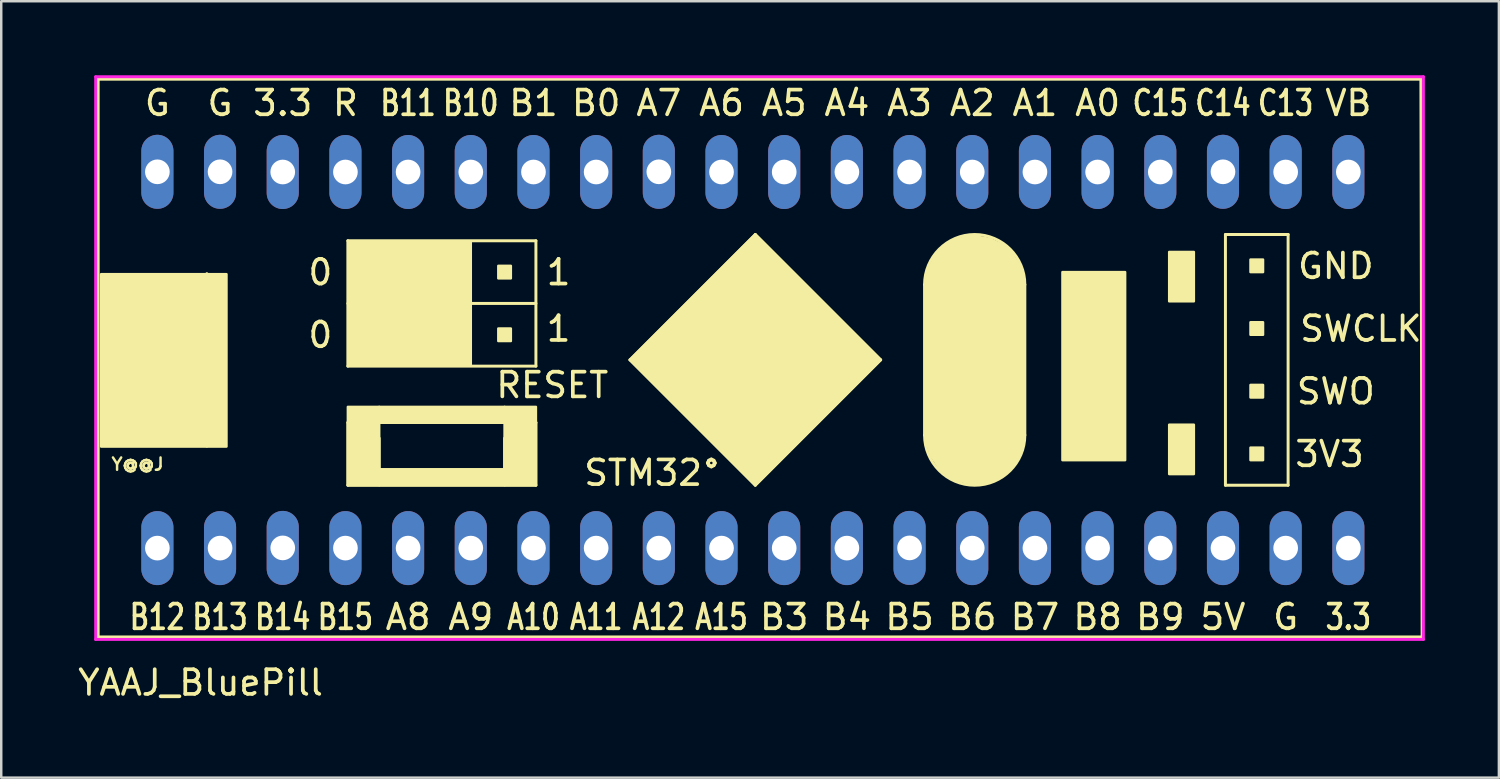
<source format=kicad_pcb>
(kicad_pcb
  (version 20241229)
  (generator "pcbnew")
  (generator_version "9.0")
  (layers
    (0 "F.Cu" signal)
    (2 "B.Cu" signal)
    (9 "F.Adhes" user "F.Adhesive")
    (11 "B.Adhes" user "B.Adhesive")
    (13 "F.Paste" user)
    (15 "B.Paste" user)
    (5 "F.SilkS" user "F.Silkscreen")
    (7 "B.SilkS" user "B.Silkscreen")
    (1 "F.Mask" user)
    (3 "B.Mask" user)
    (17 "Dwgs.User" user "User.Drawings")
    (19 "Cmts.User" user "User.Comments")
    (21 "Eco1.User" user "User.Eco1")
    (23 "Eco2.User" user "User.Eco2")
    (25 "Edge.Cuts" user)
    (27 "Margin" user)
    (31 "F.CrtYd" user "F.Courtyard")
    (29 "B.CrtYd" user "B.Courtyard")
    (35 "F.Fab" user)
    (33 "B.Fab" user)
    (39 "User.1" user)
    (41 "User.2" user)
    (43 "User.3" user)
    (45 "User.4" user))
  (footprint "YAAJ_BluePill"
    (layer "F.Cu")
    (at 3.327 19.16)
    (property "Reference" "YAAJ_BluePill" (at 1.75 5.453 180) (layer "F.SilkS") (effects (font (size 1 1) (thickness 0.15))))
    (attr through_hole)
    (fp_line (start -2.4 -19) (end 51.2 -19) (stroke (width 0.12) (type solid)) (layer "F.SilkS"))
    (fp_line (start -2.4 3.6) (end -2.4 -19) (stroke (width 0.12) (type solid)) (layer "F.SilkS"))
    (fp_line (start 2.004 -4.135) (end 2.004 -11.12) (stroke (width 0.12) (type solid)) (layer "F.SilkS"))
    (fp_line (start 7.719 -12.454) (end 7.719 -7.374) (stroke (width 0.12) (type solid)) (layer "F.SilkS"))
    (fp_line (start 7.719 -9.914) (end 15.339 -9.914) (stroke (width 0.12) (type solid)) (layer "F.SilkS"))
    (fp_line (start 7.719 -7.374) (end 15.339 -7.374) (stroke (width 0.12) (type solid)) (layer "F.SilkS"))
    (fp_line (start 7.719 -5.088) (end 15.339 -5.088) (stroke (width 0.12) (type solid)) (layer "F.SilkS"))
    (fp_line (start 7.719 -2.548) (end 7.719 -5.088) (stroke (width 0.12) (type solid)) (layer "F.SilkS"))
    (fp_line (start 8.989 -3.183) (end 8.989 -4.453) (stroke (width 0.12) (type solid)) (layer "F.SilkS"))
    (fp_line (start 14.069 -4.453) (end 14.069 -3.183) (stroke (width 0.12) (type solid)) (layer "F.SilkS"))
    (fp_line (start 14.069 -3.183) (end 8.989 -3.183) (stroke (width 0.12) (type solid)) (layer "F.SilkS"))
    (fp_line (start 15.339 -12.454) (end 7.719 -12.454) (stroke (width 0.12) (type solid)) (layer "F.SilkS"))
    (fp_line (start 15.339 -7.374) (end 15.339 -12.454) (stroke (width 0.12) (type solid)) (layer "F.SilkS"))
    (fp_line (start 15.339 -5.088) (end 15.339 -2.548) (stroke (width 0.12) (type solid)) (layer "F.SilkS"))
    (fp_line (start 15.339 -2.548) (end 7.719 -2.548) (stroke (width 0.12) (type solid)) (layer "F.SilkS"))
    (fp_line (start 19.149 -7.628) (end 24.229 -12.708) (stroke (width 0.12) (type solid)) (layer "F.SilkS"))
    (fp_line (start 24.229 -12.708) (end 29.309 -7.628) (stroke (width 0.12) (type solid)) (layer "F.SilkS"))
    (fp_line (start 24.229 -2.548) (end 19.149 -7.628) (stroke (width 0.12) (type solid)) (layer "F.SilkS"))
    (fp_line (start 29.309 -7.628) (end 24.229 -2.548) (stroke (width 0.12) (type solid)) (layer "F.SilkS"))
    (fp_line (start 31.087 -4.58) (end 31.087 -10.676) (stroke (width 0.12) (type solid)) (layer "F.SilkS"))
    (fp_line (start 35.151 -4.58) (end 35.151 -10.676) (stroke (width 0.12) (type solid)) (layer "F.SilkS"))
    (fp_line (start 43.279 -12.708) (end 43.279 -2.548) (stroke (width 0.12) (type solid)) (layer "F.SilkS"))
    (fp_line (start 43.279 -2.548) (end 45.819 -2.548) (stroke (width 0.12) (type solid)) (layer "F.SilkS"))
    (fp_line (start 45.819 -12.708) (end 43.279 -12.708) (stroke (width 0.12) (type solid)) (layer "F.SilkS"))
    (fp_line (start 45.819 -2.548) (end 45.819 -12.708) (stroke (width 0.12) (type solid)) (layer "F.SilkS"))
    (fp_line (start 51.2 -19) (end 51.25 3.6) (stroke (width 0.12) (type solid)) (layer "F.SilkS"))
    (fp_line (start 51.25 3.6) (end -2.4 3.6) (stroke (width 0.12) (type solid)) (layer "F.SilkS"))
    (fp_arc (start 31.08706 -10.67562) (mid 33.11906 -12.70762) (end 35.15106 -10.67562) (stroke (width 0.12) (type solid)) (layer "F.SilkS"))
    (fp_arc (start 35.15106 -4.57962) (mid 33.11906 -2.54762) (end 31.08706 -4.57962) (stroke (width 0.12) (type solid)) (layer "F.SilkS"))
    (fp_poly (pts (xy -2.28 -4.115) (xy 2.8 -4.115) (xy 2.8 -11.1) (xy -2.28 -11.1)) (stroke (width 0.1) (type solid)) (fill yes) (layer "F.SilkS"))
    (fp_poly (pts (xy 7.719 -2.548) (xy 7.719 -5.723) (xy 8.989 -5.723) (xy 8.989 -2.548)) (stroke (width 0.1) (type solid)) (fill yes) (layer "F.SilkS"))
    (fp_poly (pts (xy 7.8 -12.4) (xy 12.7 -12.4) (xy 12.7 -7.4) (xy 7.8 -7.4)) (stroke (width 0.1) (type solid)) (fill yes) (layer "F.SilkS"))
    (fp_poly (pts (xy 8.735 -10.93) (xy 9.243 -10.93) (xy 9.243 -11.438) (xy 8.735 -11.438)) (stroke (width 0.1) (type solid)) (fill yes) (layer "F.SilkS"))
    (fp_poly (pts (xy 8.735 -8.39) (xy 8.735 -8.898) (xy 9.243 -8.898) (xy 9.243 -8.39)) (stroke (width 0.1) (type solid)) (fill yes) (layer "F.SilkS"))
    (fp_poly (pts (xy 8.989 -5.088) (xy 8.989 -5.723) (xy 14.069 -5.723) (xy 14.069 -5.088)) (stroke (width 0.1) (type solid)) (fill yes) (layer "F.SilkS"))
    (fp_poly (pts (xy 8.989 -2.548) (xy 8.989 -3.183) (xy 14.069 -3.183) (xy 14.069 -2.548)) (stroke (width 0.1) (type solid)) (fill yes) (layer "F.SilkS"))
    (fp_poly (pts (xy 11.275 -10.93) (xy 11.275 -11.438) (xy 11.783 -11.438) (xy 11.783 -10.93)) (stroke (width 0.1) (type solid)) (fill yes) (layer "F.SilkS"))
    (fp_poly (pts (xy 11.275 -8.39) (xy 11.275 -8.898) (xy 11.783 -8.898) (xy 11.783 -8.39)) (stroke (width 0.1) (type solid)) (fill yes) (layer "F.SilkS"))
    (fp_poly (pts (xy 13.815 -10.93) (xy 13.815 -11.438) (xy 14.323 -11.438) (xy 14.323 -10.93)) (stroke (width 0.1) (type solid)) (fill yes) (layer "F.SilkS"))
    (fp_poly (pts (xy 13.815 -8.39) (xy 14.323 -8.39) (xy 14.323 -8.898) (xy 13.815 -8.898)) (stroke (width 0.1) (type solid)) (fill yes) (layer "F.SilkS"))
    (fp_poly (pts (xy 14.069 -2.548) (xy 14.069 -5.723) (xy 15.339 -5.723) (xy 15.339 -2.548)) (stroke (width 0.1) (type solid)) (fill yes) (layer "F.SilkS"))
    (fp_poly (pts (xy 19.149 -7.628) (xy 24.229 -2.548) (xy 29.309 -7.628) (xy 24.229 -12.708)) (stroke (width 0.1) (type solid)) (fill yes) (layer "F.SilkS"))
    (fp_poly (pts (xy 36.675 -3.564) (xy 36.675 -11.184) (xy 39.215 -11.184) (xy 39.215 -3.564)) (stroke (width 0.1) (type solid)) (fill yes) (layer "F.SilkS"))
    (fp_poly (pts (xy 41 -12) (xy 41 -10) (xy 42 -10) (xy 42 -12)) (stroke (width 0.1) (type solid)) (fill yes) (layer "F.SilkS"))
    (fp_poly (pts (xy 42 -5) (xy 41 -5) (xy 41 -3) (xy 42 -3)) (stroke (width 0.1) (type solid)) (fill yes) (layer "F.SilkS"))
    (fp_poly (pts (xy 44.295 -11.184) (xy 44.803 -11.184) (xy 44.803 -11.692) (xy 44.295 -11.692)) (stroke (width 0.1) (type solid)) (fill yes) (layer "F.SilkS"))
    (fp_poly (pts (xy 44.295 -8.644) (xy 44.803 -8.644) (xy 44.803 -9.152) (xy 44.295 -9.152)) (stroke (width 0.1) (type solid)) (fill yes) (layer "F.SilkS"))
    (fp_poly (pts (xy 44.295 -6.104) (xy 44.803 -6.104) (xy 44.803 -6.612) (xy 44.295 -6.612)) (stroke (width 0.1) (type solid)) (fill yes) (layer "F.SilkS"))
    (fp_poly (pts (xy 44.295 -3.564) (xy 44.803 -3.564) (xy 44.803 -4.072) (xy 44.295 -4.072)) (stroke (width 0.1) (type solid)) (fill yes) (layer "F.SilkS"))
    (fp_poly (pts (xy 31.196 -4.209) (xy 31.35 -3.745) (xy 31.606 -3.362) (xy 31.742 -3.185) (xy 32.057 -2.926) (xy 32.291 -2.799) (xy 32.522 -2.723) (xy 32.827 -2.652) (xy 33.114 -2.598) (xy 33.541 -2.642) (xy 33.891 -2.744) (xy 34.196 -2.936) (xy 34.412 -3.089) (xy 34.638 -3.338) (xy 34.877 -3.627) (xy 34.973 -3.856) (xy 35.019 -4.049) (xy 35.088 -4.514) (xy 35.093 -10.838) (xy 34.966 -11.394) (xy 34.592 -11.979) (xy 34.242 -12.291) (xy 33.726 -12.529) (xy 33.381 -12.592) (xy 33.076 -12.624) (xy 32.743 -12.593) (xy 32.342 -12.484) (xy 32.144 -12.403) (xy 31.92 -12.25) (xy 31.704 -12.029) (xy 31.499 -11.781) (xy 31.255 -11.318) (xy 31.163 -10.843) (xy 31.168 -4.521)) (stroke (width 0.1) (type solid)) (fill yes) (layer "F.SilkS"))
    (fp_line (start -2.5 -19.1) (end -2.5 3.7) (stroke (width 0.12) (type solid)) (layer "F.CrtYd"))
    (fp_line (start -2.5 -19.1) (end 51.3 -19.1) (stroke (width 0.12) (type solid)) (layer "F.CrtYd"))
    (fp_line (start 51.3 -19.1) (end 51.3 3.7) (stroke (width 0.12) (type solid)) (layer "F.CrtYd"))
    (fp_line (start 51.3 3.7) (end -2.5 3.7) (stroke (width 0.12) (type solid)) (layer "F.CrtYd"))
    (fp_text user "R" (at 7.62 -18.034 0) (layer "F.SilkS") (effects (font (size 1 1) (thickness 0.15))))
    (fp_text user "A0" (at 38.1 -18.034 0) (layer "F.SilkS") (effects (font (size 1 1) (thickness 0.15))))
    (fp_text user "0" (at 6.604 -8.636 0) (layer "F.SilkS") (effects (font (size 1 1) (thickness 0.15))))
    (fp_text user "Y@@J" (at -0.8 -3.4 0) (layer "F.SilkS") (effects (font (size 0.5 0.5) (thickness 0.1))))
    (fp_text user "B14" (at 5.08 2.794 0) (layer "F.SilkS") (effects (font (size 1 0.762) (thickness 0.15))))
    (fp_text user "G" (at 2.54 -18.034 0) (layer "F.SilkS") (effects (font (size 1 1) (thickness 0.15))))
    (fp_text user "G" (at 45.72 2.794 0) (layer "F.SilkS") (effects (font (size 1 1) (thickness 0.15))))
    (fp_text user "A9" (at 12.7 2.794 0) (layer "F.SilkS") (effects (font (size 1 1) (thickness 0.15))))
    (fp_text user "B15" (at 7.62 2.794 0) (layer "F.SilkS") (effects (font (size 1 0.762) (thickness 0.15))))
    (fp_text user "B5" (at 30.48 2.794 0) (layer "F.SilkS") (effects (font (size 1 1) (thickness 0.15))))
    (fp_text user "B13" (at 2.54 2.794 0) (layer "F.SilkS") (effects (font (size 1 0.762) (thickness 0.15))))
    (fp_text user "3.3" (at 48.26 2.794 0) (layer "F.SilkS") (effects (font (size 1 0.762) (thickness 0.15))))
    (fp_text user "B12" (at 0 2.794 0) (layer "F.SilkS") (effects (font (size 1 0.762) (thickness 0.15))))
    (fp_text user "B4" (at 27.94 2.794 0) (layer "F.SilkS") (effects (font (size 1 1) (thickness 0.15))))
    (fp_text user "1" (at 16.256 -11.176 0) (layer "F.SilkS") (effects (font (size 1 1) (thickness 0.15))))
    (fp_text user "A8" (at 10.16 2.794 0) (layer "F.SilkS") (effects (font (size 1 1) (thickness 0.15))))
    (fp_text user "A1" (at 35.56 -18.034 0) (layer "F.SilkS") (effects (font (size 1 1) (thickness 0.15))))
    (fp_text user "A10" (at 15.24 2.794 0) (layer "F.SilkS") (effects (font (size 1 0.762) (thickness 0.15))))
    (fp_text user "3V3" (at 47.498 -3.81 0) (layer "F.SilkS") (effects (font (size 1 1) (thickness 0.15))))
    (fp_text user "VB" (at 48.26 -18.034 0) (layer "F.SilkS") (effects (font (size 1 1) (thickness 0.15))))
    (fp_text user "SWO" (at 47.752 -6.35 0) (layer "F.SilkS") (effects (font (size 1 1) (thickness 0.15))))
    (fp_text user "A6" (at 22.86 -18.034 0) (layer "F.SilkS") (effects (font (size 1 1) (thickness 0.15))))
    (fp_text user "B1" (at 15.24 -18.034 0) (layer "F.SilkS") (effects (font (size 1 1) (thickness 0.15))))
    (fp_text user "A3" (at 30.48 -18.034 0) (layer "F.SilkS") (effects (font (size 1 1) (thickness 0.15))))
    (fp_text user "B3" (at 25.4 2.794 0) (layer "F.SilkS") (effects (font (size 1 1) (thickness 0.15))))
    (fp_text user "STM32°" (at 20.066 -3.048 0) (layer "F.SilkS") (effects (font (size 1 1) (thickness 0.15))))
    (fp_text user "5V" (at 43.18 2.794 0) (layer "F.SilkS") (effects (font (size 1 1) (thickness 0.15))))
    (fp_text user "B8" (at 38.1 2.794 0) (layer "F.SilkS") (effects (font (size 1 1) (thickness 0.15))))
    (fp_text user "C13" (at 45.72 -18.034 0) (layer "F.SilkS") (effects (font (size 1 0.762) (thickness 0.15))))
    (fp_text user "A15" (at 22.86 2.794 0) (layer "F.SilkS") (effects (font (size 1 0.762) (thickness 0.15))))
    (fp_text user "C14" (at 43.18 -18.034 0) (layer "F.SilkS") (effects (font (size 1 0.762) (thickness 0.15))))
    (fp_text user "B7" (at 35.56 2.794 0) (layer "F.SilkS") (effects (font (size 1 1) (thickness 0.15))))
    (fp_text user "3.3" (at 5.08 -18.034 0) (layer "F.SilkS") (effects (font (size 1 1) (thickness 0.15))))
    (fp_text user "B10" (at 12.7 -18.034 0) (layer "F.SilkS") (effects (font (size 1 0.762) (thickness 0.15))))
    (fp_text user "B0" (at 17.78 -18.034 0) (layer "F.SilkS") (effects (font (size 1 1) (thickness 0.15))))
    (fp_text user "RESET" (at 16.002 -6.604 0) (layer "F.SilkS") (effects (font (size 1 1) (thickness 0.15))))
    (fp_text user "A12" (at 20.32 2.794 0) (layer "F.SilkS") (effects (font (size 1 0.762) (thickness 0.15))))
    (fp_text user "C15" (at 40.64 -18.034 0) (layer "F.SilkS") (effects (font (size 1 0.762) (thickness 0.15))))
    (fp_text user "GND" (at 47.752 -11.43 0) (layer "F.SilkS") (effects (font (size 1 1) (thickness 0.15))))
    (fp_text user "A4" (at 27.94 -18.034 0) (layer "F.SilkS") (effects (font (size 1 1) (thickness 0.15))))
    (fp_text user "A7" (at 20.32 -18.034 0) (layer "F.SilkS") (effects (font (size 1 1) (thickness 0.15))))
    (fp_text user "A11" (at 17.78 2.794 0) (layer "F.SilkS") (effects (font (size 1 0.762) (thickness 0.15))))
    (fp_text user "B11" (at 10.16 -18.034 0) (layer "F.SilkS") (effects (font (size 1 0.762) (thickness 0.15))))
    (fp_text user "SWCLK" (at 48.768 -8.89 0) (layer "F.SilkS") (effects (font (size 1 1) (thickness 0.15))))
    (fp_text user "0" (at 6.604 -11.176 0) (layer "F.SilkS") (effects (font (size 1 1) (thickness 0.15))))
    (fp_text user "G" (at 0 -18.034 0) (layer "F.SilkS") (effects (font (size 1 1) (thickness 0.15))))
    (fp_text user "1" (at 16.256 -8.89 0) (layer "F.SilkS") (effects (font (size 1 1) (thickness 0.15))))
    (fp_text user "B6" (at 33.02 2.794 0) (layer "F.SilkS") (effects (font (size 1 1) (thickness 0.15))))
    (fp_text user "B9" (at 40.64 2.794 0) (layer "F.SilkS") (effects (font (size 1 1) (thickness 0.15))))
    (fp_text user "A5" (at 25.4 -18.034 0) (layer "F.SilkS") (effects (font (size 1 1) (thickness 0.15))))
    (fp_text user "A2" (at 33.02 -18.034 0) (layer "F.SilkS") (effects (font (size 1 1) (thickness 0.15))))
    (pad "1" thru_hole oval (at 0 0) (size 1.3 3) (drill 1) (layers "*.Cu" "*.Mask"))
    (pad "2" thru_hole oval (at 2.54 0) (size 1.3 3) (drill 1) (layers "*.Cu" "*.Mask"))
    (pad "3" thru_hole oval (at 5.08 -0.008) (size 1.3 3) (drill 1) (layers "*.Cu" "*.Mask"))
    (pad "4" thru_hole oval (at 7.62 0) (size 1.3 3) (drill 1) (layers "*.Cu" "*.Mask"))
    (pad "5" thru_hole oval (at 10.16 0) (size 1.3 3) (drill 1) (layers "*.Cu" "*.Mask"))
    (pad "6" thru_hole oval (at 12.7 0) (size 1.3 3) (drill 1) (layers "*.Cu" "*.Mask"))
    (pad "7" thru_hole oval (at 15.24 0) (size 1.3 3) (drill 1) (layers "*.Cu" "*.Mask"))
    (pad "8" thru_hole oval (at 17.78 0) (size 1.3 3) (drill 1) (layers "*.Cu" "*.Mask"))
    (pad "9" thru_hole oval (at 20.32 0) (size 1.3 3) (drill 1) (layers "*.Cu" "*.Mask"))
    (pad "10" thru_hole oval (at 22.86 0) (size 1.3 3) (drill 1) (layers "*.Cu" "*.Mask"))
    (pad "11" thru_hole oval (at 25.4 0) (size 1.3 3) (drill 1) (layers "*.Cu" "*.Mask"))
    (pad "12" thru_hole oval (at 27.94 0) (size 1.3 3) (drill 1) (layers "*.Cu" "*.Mask"))
    (pad "13" thru_hole oval (at 30.48 -0.008) (size 1.3 3) (drill 1) (layers "*.Cu" "*.Mask"))
    (pad "14" thru_hole oval (at 33.02 0) (size 1.3 3) (drill 1) (layers "*.Cu" "*.Mask"))
    (pad "15" thru_hole oval (at 35.56 0) (size 1.3 3) (drill 1) (layers "*.Cu" "*.Mask"))
    (pad "16" thru_hole oval (at 38.1 0) (size 1.3 3) (drill 1) (layers "*.Cu" "*.Mask"))
    (pad "17" thru_hole oval (at 40.64 0) (size 1.3 3) (drill 1) (layers "*.Cu" "*.Mask"))
    (pad "18" thru_hole oval (at 43.18 0) (size 1.3 3) (drill 1) (layers "*.Cu" "*.Mask"))
    (pad "19" thru_hole oval (at 45.72 0) (size 1.3 3) (drill 1) (layers "*.Cu" "*.Mask"))
    (pad "20" thru_hole oval (at 48.26 0) (size 1.3 3) (drill 1) (layers "*.Cu" "*.Mask"))
    (pad "21" thru_hole oval (at 48.26 -15.24) (size 1.3 3) (drill 1) (layers "*.Cu" "*.Mask"))
    (pad "22" thru_hole oval (at 45.72 -15.24) (size 1.3 3) (drill 1) (layers "*.Cu" "*.Mask"))
    (pad "23" thru_hole oval (at 43.18 -15.248) (size 1.3 3) (drill 1) (layers "*.Cu" "*.Mask"))
    (pad "24" thru_hole oval (at 40.64 -15.24) (size 1.3 3) (drill 1) (layers "*.Cu" "*.Mask"))
    (pad "25" thru_hole oval (at 38.1 -15.24) (size 1.3 3) (drill 1) (layers "*.Cu" "*.Mask"))
    (pad "26" thru_hole oval (at 35.56 -15.24) (size 1.3 3) (drill 1) (layers "*.Cu" "*.Mask"))
    (pad "27" thru_hole oval (at 33.02 -15.24) (size 1.3 3) (drill 1) (layers "*.Cu" "*.Mask"))
    (pad "28" thru_hole oval (at 30.48 -15.24) (size 1.3 3) (drill 1) (layers "*.Cu" "*.Mask"))
    (pad "29" thru_hole oval (at 27.94 -15.24) (size 1.3 3) (drill 1) (layers "*.Cu" "*.Mask"))
    (pad "30" thru_hole oval (at 25.4 -15.24) (size 1.3 3) (drill 1) (layers "*.Cu" "*.Mask"))
    (pad "31" thru_hole oval (at 22.86 -15.24) (size 1.3 3) (drill 1) (layers "*.Cu" "*.Mask"))
    (pad "32" thru_hole oval (at 20.32 -15.248) (size 1.3 3) (drill 1) (layers "*.Cu" "*.Mask"))
    (pad "33" thru_hole oval (at 17.78 -15.24) (size 1.3 3) (drill 1) (layers "*.Cu" "*.Mask"))
    (pad "34" thru_hole oval (at 15.24 -15.24) (size 1.3 3) (drill 1) (layers "*.Cu" "*.Mask"))
    (pad "35" thru_hole oval (at 12.7 -15.24) (size 1.3 3) (drill 1) (layers "*.Cu" "*.Mask"))
    (pad "36" thru_hole oval (at 10.16 -15.24) (size 1.3 3) (drill 1) (layers "*.Cu" "*.Mask"))
    (pad "37" thru_hole oval (at 7.62 -15.24) (size 1.3 3) (drill 1) (layers "*.Cu" "*.Mask"))
    (pad "38" thru_hole oval (at 5.08 -15.24) (size 1.3 3) (drill 1) (layers "*.Cu" "*.Mask"))
    (pad "39" thru_hole oval (at 2.54 -15.248) (size 1.3 3) (drill 1) (layers "*.Cu" "*.Mask"))
    (pad "40" thru_hole oval (at 0 -15.248) (size 1.3 3) (drill 1) (layers "*.Cu" "*.Mask")))
  (gr_rect
    (start -3 -3)
    (end 57.687 28.462)
    (stroke (width 0.1) (type default))
    (fill no)
    (layer "Edge.Cuts")))
</source>
